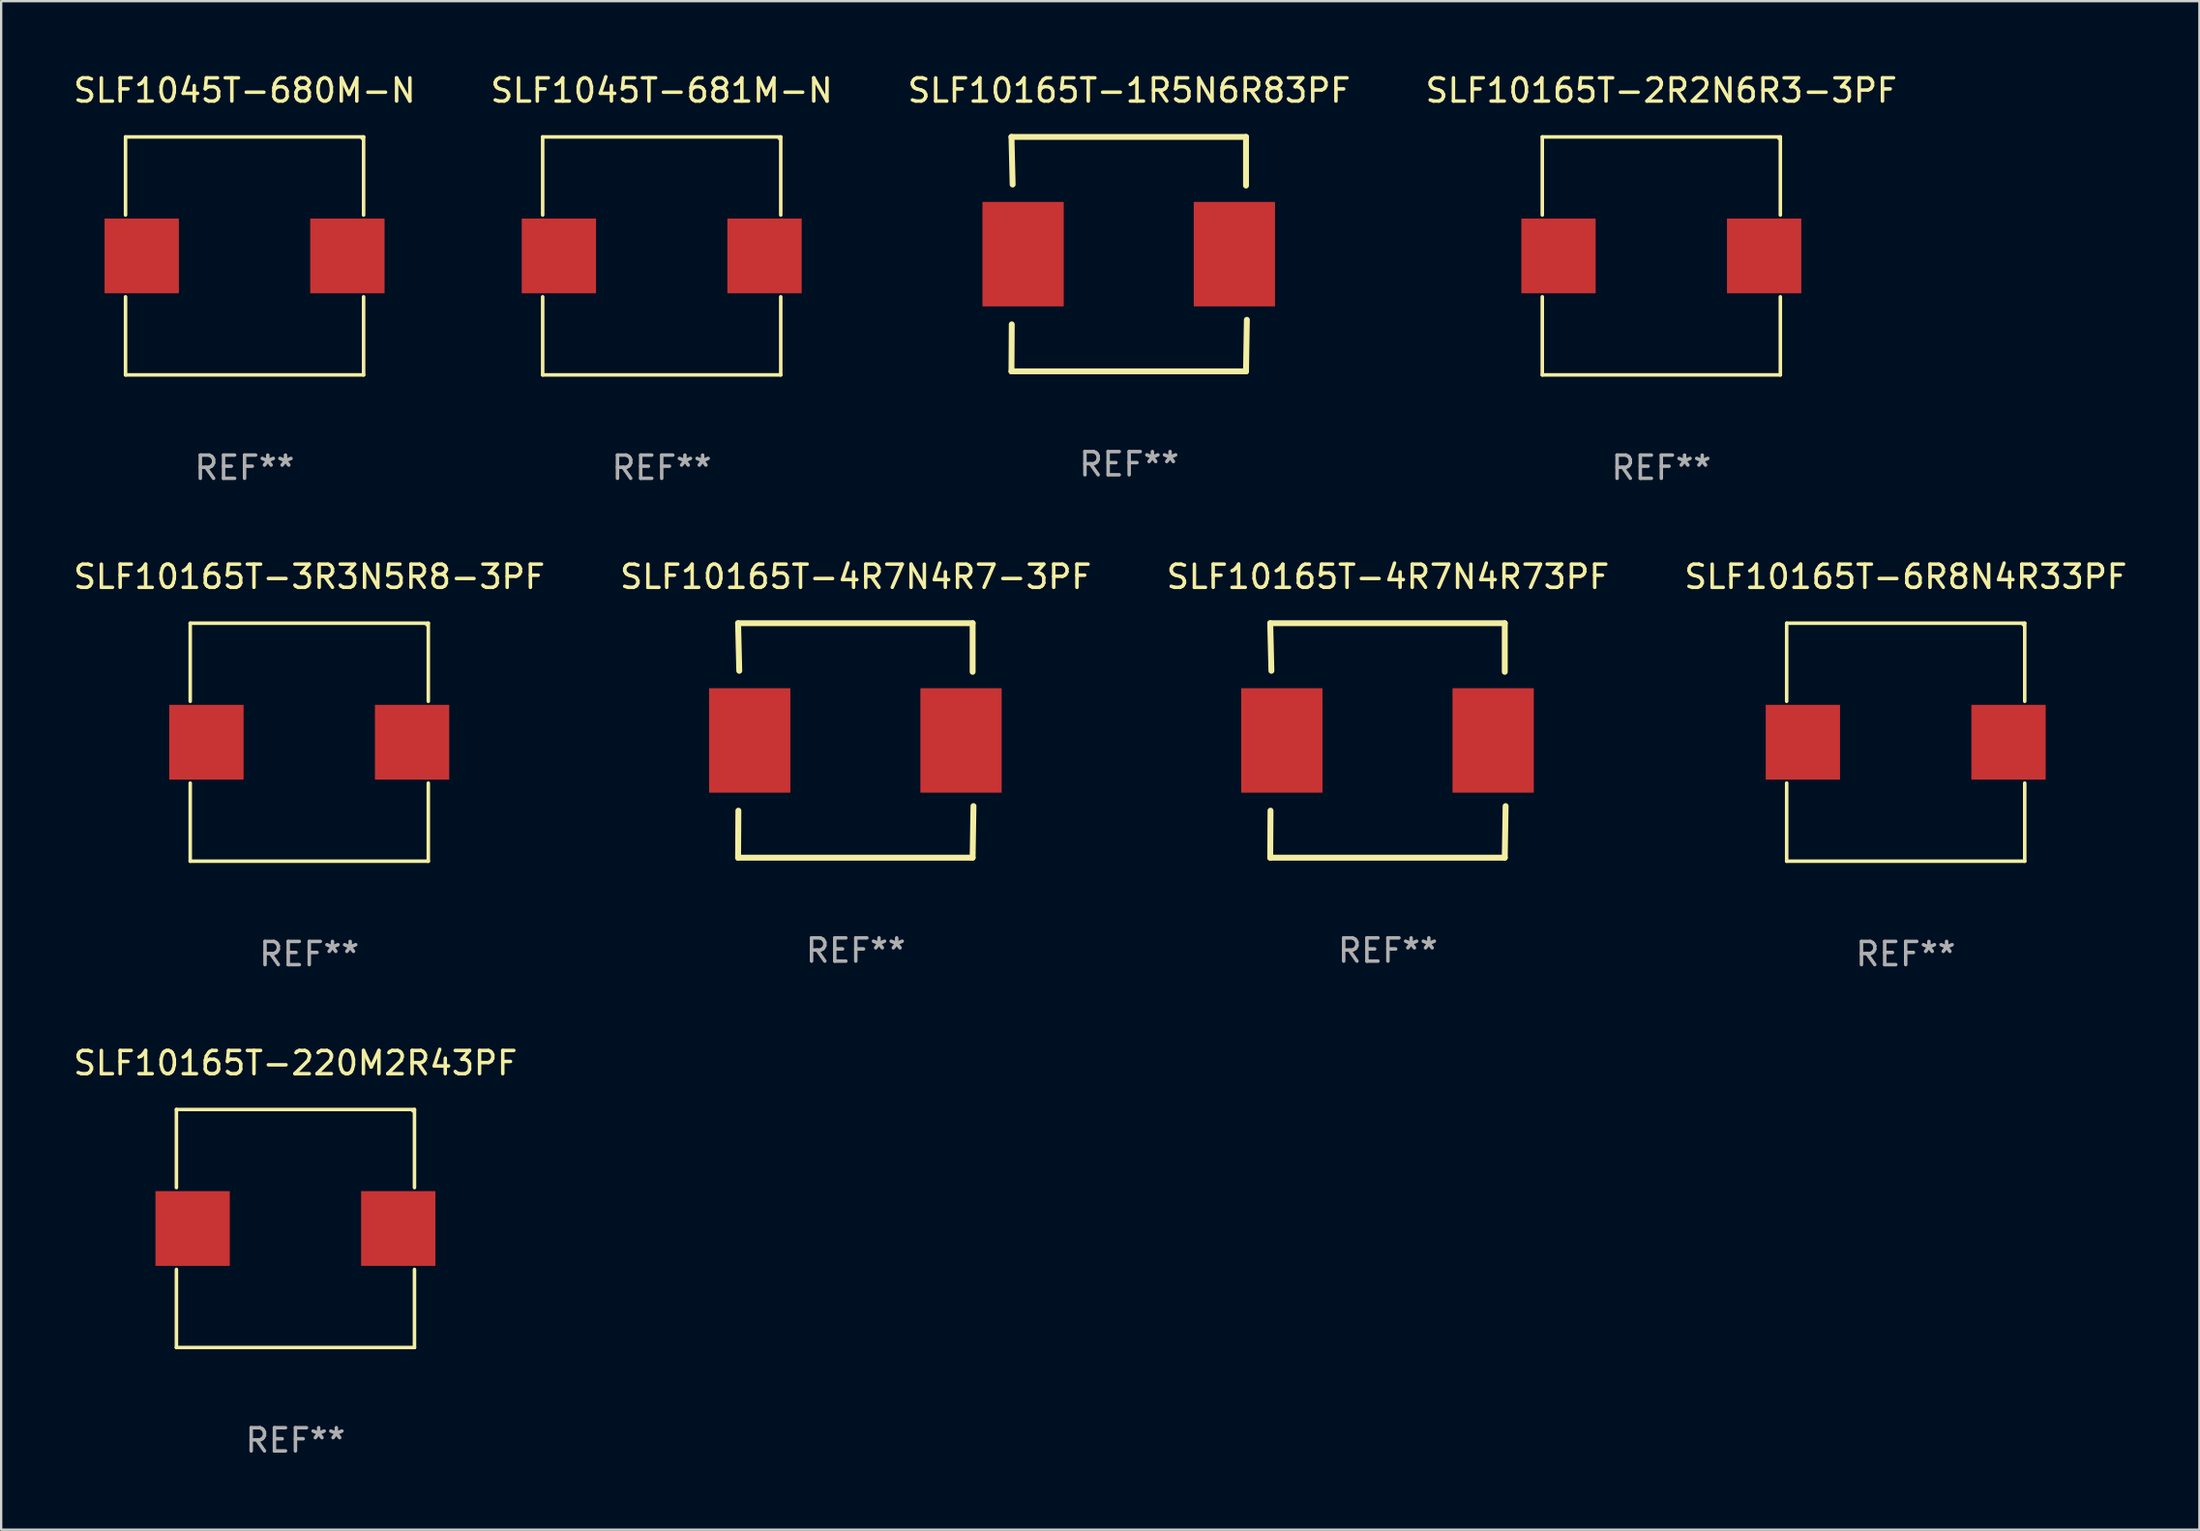
<source format=kicad_pcb>
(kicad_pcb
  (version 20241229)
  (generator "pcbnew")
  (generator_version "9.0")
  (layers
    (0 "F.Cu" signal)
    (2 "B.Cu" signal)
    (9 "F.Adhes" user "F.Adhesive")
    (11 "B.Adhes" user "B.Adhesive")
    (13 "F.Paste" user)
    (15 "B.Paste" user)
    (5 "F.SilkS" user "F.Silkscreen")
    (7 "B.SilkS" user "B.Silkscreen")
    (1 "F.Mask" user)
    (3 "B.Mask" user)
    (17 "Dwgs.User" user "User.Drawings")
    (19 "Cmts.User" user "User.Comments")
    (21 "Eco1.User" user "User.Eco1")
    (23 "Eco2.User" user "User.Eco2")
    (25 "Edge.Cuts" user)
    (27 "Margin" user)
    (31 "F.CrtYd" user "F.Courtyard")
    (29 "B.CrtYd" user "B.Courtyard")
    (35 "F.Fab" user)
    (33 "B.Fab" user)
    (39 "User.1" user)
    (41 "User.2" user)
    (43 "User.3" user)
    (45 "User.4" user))
  (footprint "SLF10165T-1R5N6R83PF"
    (layer "F.Cu")
    (at 45.577 7.898)
    (property "Reference" "SLF10165T-1R5N6R83PF" (at 0 -7.05 0) (layer "F.SilkS") (effects (font (size 1 1) (thickness 0.15))))
    (attr through_hole)
    (fp_line (start -5.068 -5.05) (end 5.032 -5.05) (stroke (width 0.254) (type solid)) (layer "F.SilkS"))
    (fp_line (start -5.068 5.05) (end -5.056 3.025) (stroke (width 0.254) (type solid)) (layer "F.SilkS"))
    (fp_line (start -5.018 -3) (end -5.068 -5.05) (stroke (width 0.254) (type solid)) (layer "F.SilkS"))
    (fp_line (start 5.032 -5.05) (end 5.032 -2.956) (stroke (width 0.254) (type solid)) (layer "F.SilkS"))
    (fp_line (start 5.032 5.05) (end -5.068 5.05) (stroke (width 0.254) (type solid)) (layer "F.SilkS"))
    (fp_line (start 5.068 2.829) (end 5.032 5.05) (stroke (width 0.254) (type solid)) (layer "F.SilkS"))
    (fp_circle (center -5.068 5.05) (end -5.038 5.05) (stroke (width 0.06) (type solid)) (fill no) (layer "F.SilkS"))
    (fp_text user "REF**" (at 0 9.05 0) (layer "F.Fab") (effects (font (size 1 1) (thickness 0.15))))
    (pad "1" smd rect (at -4.568 0 90) (size 4.5 3.5) (layers "F.Cu" "F.Mask" "F.Paste"))
    (pad "2" smd rect (at 4.532 0 90) (size 4.5 3.5) (layers "F.Cu" "F.Mask" "F.Paste")))
  (footprint "SLF10165T-3R3N5R8-3PF"
    (layer "F.Cu")
    (at 10.268 28.923)
    (property "Reference" "SLF10165T-3R3N5R8-3PF" (at 0 -7.126 0) (layer "F.SilkS") (effects (font (size 1 1) (thickness 0.15))))
    (attr through_hole)
    (fp_line (start -5.126 -5.126) (end 5.126 -5.126) (stroke (width 0.152) (type solid)) (layer "F.SilkS"))
    (fp_line (start -5.126 -1.762) (end -5.126 -5.126) (stroke (width 0.152) (type solid)) (layer "F.SilkS"))
    (fp_line (start -5.126 1.762) (end -5.126 5.126) (stroke (width 0.152) (type solid)) (layer "F.SilkS"))
    (fp_line (start -5.126 5.126) (end 5.126 5.126) (stroke (width 0.152) (type solid)) (layer "F.SilkS"))
    (fp_line (start 5.126 -5.126) (end 5.126 -1.762) (stroke (width 0.152) (type solid)) (layer "F.SilkS"))
    (fp_line (start 5.126 5.126) (end 5.126 1.762) (stroke (width 0.152) (type solid)) (layer "F.SilkS"))
    (fp_circle (center 5.05 -5.05) (end 5.08 -5.05) (stroke (width 0.06) (type solid)) (fill no) (layer "F.SilkS"))
    (fp_text user "REF**" (at 0 9.126 0) (layer "F.Fab") (effects (font (size 1 1) (thickness 0.15))))
    (pad "1" smd rect (at 4.428 0) (size 3.2 3.22) (layers "F.Cu" "F.Mask" "F.Paste"))
    (pad "2" smd rect (at -4.428 0) (size 3.2 3.22) (layers "F.Cu" "F.Mask" "F.Paste")))
  (footprint "SLF1045T-680M-N"
    (layer "F.Cu")
    (at 7.482 7.974)
    (property "Reference" "SLF1045T-680M-N" (at 0 -7.126 0) (layer "F.SilkS") (effects (font (size 1 1) (thickness 0.15))))
    (attr through_hole)
    (fp_line (start -5.126 -5.126) (end 5.126 -5.126) (stroke (width 0.152) (type solid)) (layer "F.SilkS"))
    (fp_line (start -5.126 -1.762) (end -5.126 -5.126) (stroke (width 0.152) (type solid)) (layer "F.SilkS"))
    (fp_line (start -5.126 1.762) (end -5.126 5.126) (stroke (width 0.152) (type solid)) (layer "F.SilkS"))
    (fp_line (start -5.126 5.126) (end 5.126 5.126) (stroke (width 0.152) (type solid)) (layer "F.SilkS"))
    (fp_line (start 5.126 -5.126) (end 5.126 -1.762) (stroke (width 0.152) (type solid)) (layer "F.SilkS"))
    (fp_line (start 5.126 5.126) (end 5.126 1.762) (stroke (width 0.152) (type solid)) (layer "F.SilkS"))
    (fp_circle (center 5.05 -5.05) (end 5.08 -5.05) (stroke (width 0.06) (type solid)) (fill no) (layer "F.SilkS"))
    (fp_text user "REF**" (at 0 9.126 0) (layer "F.Fab") (effects (font (size 1 1) (thickness 0.15))))
    (pad "1" smd rect (at 4.428 0) (size 3.2 3.22) (layers "F.Cu" "F.Mask" "F.Paste"))
    (pad "2" smd rect (at -4.428 0) (size 3.2 3.22) (layers "F.Cu" "F.Mask" "F.Paste")))
  (footprint "SLF10165T-6R8N4R33PF"
    (layer "F.Cu")
    (at 79.018 28.923)
    (property "Reference" "SLF10165T-6R8N4R33PF" (at 0 -7.126 0) (layer "F.SilkS") (effects (font (size 1 1) (thickness 0.15))))
    (attr through_hole)
    (fp_line (start -5.126 -5.126) (end 5.126 -5.126) (stroke (width 0.152) (type solid)) (layer "F.SilkS"))
    (fp_line (start -5.126 -1.762) (end -5.126 -5.126) (stroke (width 0.152) (type solid)) (layer "F.SilkS"))
    (fp_line (start -5.126 1.762) (end -5.126 5.126) (stroke (width 0.152) (type solid)) (layer "F.SilkS"))
    (fp_line (start -5.126 5.126) (end 5.126 5.126) (stroke (width 0.152) (type solid)) (layer "F.SilkS"))
    (fp_line (start 5.126 -5.126) (end 5.126 -1.762) (stroke (width 0.152) (type solid)) (layer "F.SilkS"))
    (fp_line (start 5.126 5.126) (end 5.126 1.762) (stroke (width 0.152) (type solid)) (layer "F.SilkS"))
    (fp_circle (center 5.05 -5.05) (end 5.08 -5.05) (stroke (width 0.06) (type solid)) (fill no) (layer "F.SilkS"))
    (fp_text user "REF**" (at 0 9.126 0) (layer "F.Fab") (effects (font (size 1 1) (thickness 0.15))))
    (pad "1" smd rect (at 4.428 0) (size 3.2 3.22) (layers "F.Cu" "F.Mask" "F.Paste"))
    (pad "2" smd rect (at -4.428 0) (size 3.2 3.22) (layers "F.Cu" "F.Mask" "F.Paste")))
  (footprint "SLF10165T-220M2R43PF"
    (layer "F.Cu")
    (at 9.673 49.872)
    (property "Reference" "SLF10165T-220M2R43PF" (at 0 -7.126 0) (layer "F.SilkS") (effects (font (size 1 1) (thickness 0.15))))
    (attr through_hole)
    (fp_line (start -5.126 -5.126) (end 5.126 -5.126) (stroke (width 0.152) (type solid)) (layer "F.SilkS"))
    (fp_line (start -5.126 -1.762) (end -5.126 -5.126) (stroke (width 0.152) (type solid)) (layer "F.SilkS"))
    (fp_line (start -5.126 1.762) (end -5.126 5.126) (stroke (width 0.152) (type solid)) (layer "F.SilkS"))
    (fp_line (start -5.126 5.126) (end 5.126 5.126) (stroke (width 0.152) (type solid)) (layer "F.SilkS"))
    (fp_line (start 5.126 -5.126) (end 5.126 -1.762) (stroke (width 0.152) (type solid)) (layer "F.SilkS"))
    (fp_line (start 5.126 5.126) (end 5.126 1.762) (stroke (width 0.152) (type solid)) (layer "F.SilkS"))
    (fp_circle (center 5.05 -5.05) (end 5.08 -5.05) (stroke (width 0.06) (type solid)) (fill no) (layer "F.SilkS"))
    (fp_text user "REF**" (at 0 9.126 0) (layer "F.Fab") (effects (font (size 1 1) (thickness 0.15))))
    (pad "1" smd rect (at 4.428 0) (size 3.2 3.22) (layers "F.Cu" "F.Mask" "F.Paste"))
    (pad "2" smd rect (at -4.428 0) (size 3.2 3.22) (layers "F.Cu" "F.Mask" "F.Paste")))
  (footprint "SLF10165T-4R7N4R73PF"
    (layer "F.Cu")
    (at 56.72 28.847)
    (property "Reference" "SLF10165T-4R7N4R73PF" (at 0 -7.05 0) (layer "F.SilkS") (effects (font (size 1 1) (thickness 0.15))))
    (attr through_hole)
    (fp_line (start -5.068 -5.05) (end 5.032 -5.05) (stroke (width 0.254) (type solid)) (layer "F.SilkS"))
    (fp_line (start -5.068 5.05) (end -5.056 3.025) (stroke (width 0.254) (type solid)) (layer "F.SilkS"))
    (fp_line (start -5.018 -3) (end -5.068 -5.05) (stroke (width 0.254) (type solid)) (layer "F.SilkS"))
    (fp_line (start 5.032 -5.05) (end 5.032 -2.956) (stroke (width 0.254) (type solid)) (layer "F.SilkS"))
    (fp_line (start 5.032 5.05) (end -5.068 5.05) (stroke (width 0.254) (type solid)) (layer "F.SilkS"))
    (fp_line (start 5.068 2.829) (end 5.032 5.05) (stroke (width 0.254) (type solid)) (layer "F.SilkS"))
    (fp_circle (center -5.068 5.05) (end -5.038 5.05) (stroke (width 0.06) (type solid)) (fill no) (layer "F.SilkS"))
    (fp_text user "REF**" (at 0 9.05 0) (layer "F.Fab") (effects (font (size 1 1) (thickness 0.15))))
    (pad "1" smd rect (at -4.568 0 90) (size 4.5 3.5) (layers "F.Cu" "F.Mask" "F.Paste"))
    (pad "2" smd rect (at 4.532 0 90) (size 4.5 3.5) (layers "F.Cu" "F.Mask" "F.Paste")))
  (footprint "SLF10165T-2R2N6R3-3PF"
    (layer "F.Cu")
    (at 68.494 7.974)
    (property "Reference" "SLF10165T-2R2N6R3-3PF" (at 0 -7.126 0) (layer "F.SilkS") (effects (font (size 1 1) (thickness 0.15))))
    (attr through_hole)
    (fp_line (start -5.126 -5.126) (end 5.126 -5.126) (stroke (width 0.152) (type solid)) (layer "F.SilkS"))
    (fp_line (start -5.126 -1.762) (end -5.126 -5.126) (stroke (width 0.152) (type solid)) (layer "F.SilkS"))
    (fp_line (start -5.126 1.762) (end -5.126 5.126) (stroke (width 0.152) (type solid)) (layer "F.SilkS"))
    (fp_line (start -5.126 5.126) (end 5.126 5.126) (stroke (width 0.152) (type solid)) (layer "F.SilkS"))
    (fp_line (start 5.126 -5.126) (end 5.126 -1.762) (stroke (width 0.152) (type solid)) (layer "F.SilkS"))
    (fp_line (start 5.126 5.126) (end 5.126 1.762) (stroke (width 0.152) (type solid)) (layer "F.SilkS"))
    (fp_circle (center 5.05 -5.05) (end 5.08 -5.05) (stroke (width 0.06) (type solid)) (fill no) (layer "F.SilkS"))
    (fp_text user "REF**" (at 0 9.126 0) (layer "F.Fab") (effects (font (size 1 1) (thickness 0.15))))
    (pad "1" smd rect (at 4.428 0) (size 3.2 3.22) (layers "F.Cu" "F.Mask" "F.Paste"))
    (pad "2" smd rect (at -4.428 0) (size 3.2 3.22) (layers "F.Cu" "F.Mask" "F.Paste")))
  (footprint "SLF10165T-4R7N4R7-3PF"
    (layer "F.Cu")
    (at 33.804 28.847)
    (property "Reference" "SLF10165T-4R7N4R7-3PF" (at 0 -7.05 0) (layer "F.SilkS") (effects (font (size 1 1) (thickness 0.15))))
    (attr through_hole)
    (fp_line (start -5.068 -5.05) (end 5.032 -5.05) (stroke (width 0.254) (type solid)) (layer "F.SilkS"))
    (fp_line (start -5.068 5.05) (end -5.056 3.025) (stroke (width 0.254) (type solid)) (layer "F.SilkS"))
    (fp_line (start -5.018 -3) (end -5.068 -5.05) (stroke (width 0.254) (type solid)) (layer "F.SilkS"))
    (fp_line (start 5.032 -5.05) (end 5.032 -2.956) (stroke (width 0.254) (type solid)) (layer "F.SilkS"))
    (fp_line (start 5.032 5.05) (end -5.068 5.05) (stroke (width 0.254) (type solid)) (layer "F.SilkS"))
    (fp_line (start 5.068 2.829) (end 5.032 5.05) (stroke (width 0.254) (type solid)) (layer "F.SilkS"))
    (fp_circle (center -5.068 5.05) (end -5.038 5.05) (stroke (width 0.06) (type solid)) (fill no) (layer "F.SilkS"))
    (fp_text user "REF**" (at 0 9.05 0) (layer "F.Fab") (effects (font (size 1 1) (thickness 0.15))))
    (pad "1" smd rect (at -4.568 0 90) (size 4.5 3.5) (layers "F.Cu" "F.Mask" "F.Paste"))
    (pad "2" smd rect (at 4.532 0 90) (size 4.5 3.5) (layers "F.Cu" "F.Mask" "F.Paste")))
  (footprint "SLF1045T-681M-N"
    (layer "F.Cu")
    (at 25.446 7.974)
    (property "Reference" "SLF1045T-681M-N" (at 0 -7.126 0) (layer "F.SilkS") (effects (font (size 1 1) (thickness 0.15))))
    (attr through_hole)
    (fp_line (start -5.126 -5.126) (end 5.126 -5.126) (stroke (width 0.152) (type solid)) (layer "F.SilkS"))
    (fp_line (start -5.126 -1.762) (end -5.126 -5.126) (stroke (width 0.152) (type solid)) (layer "F.SilkS"))
    (fp_line (start -5.126 1.762) (end -5.126 5.126) (stroke (width 0.152) (type solid)) (layer "F.SilkS"))
    (fp_line (start -5.126 5.126) (end 5.126 5.126) (stroke (width 0.152) (type solid)) (layer "F.SilkS"))
    (fp_line (start 5.126 -5.126) (end 5.126 -1.762) (stroke (width 0.152) (type solid)) (layer "F.SilkS"))
    (fp_line (start 5.126 5.126) (end 5.126 1.762) (stroke (width 0.152) (type solid)) (layer "F.SilkS"))
    (fp_circle (center 5.05 -5.05) (end 5.08 -5.05) (stroke (width 0.06) (type solid)) (fill no) (layer "F.SilkS"))
    (fp_text user "REF**" (at 0 9.126 0) (layer "F.Fab") (effects (font (size 1 1) (thickness 0.15))))
    (pad "1" smd rect (at 4.428 0) (size 3.2 3.22) (layers "F.Cu" "F.Mask" "F.Paste"))
    (pad "2" smd rect (at -4.428 0) (size 3.2 3.22) (layers "F.Cu" "F.Mask" "F.Paste")))
  (gr_rect
    (start -3 -3)
    (end 91.667 62.847)
    (stroke (width 0.1) (type default))
    (fill no)
    (layer "Edge.Cuts")))
</source>
